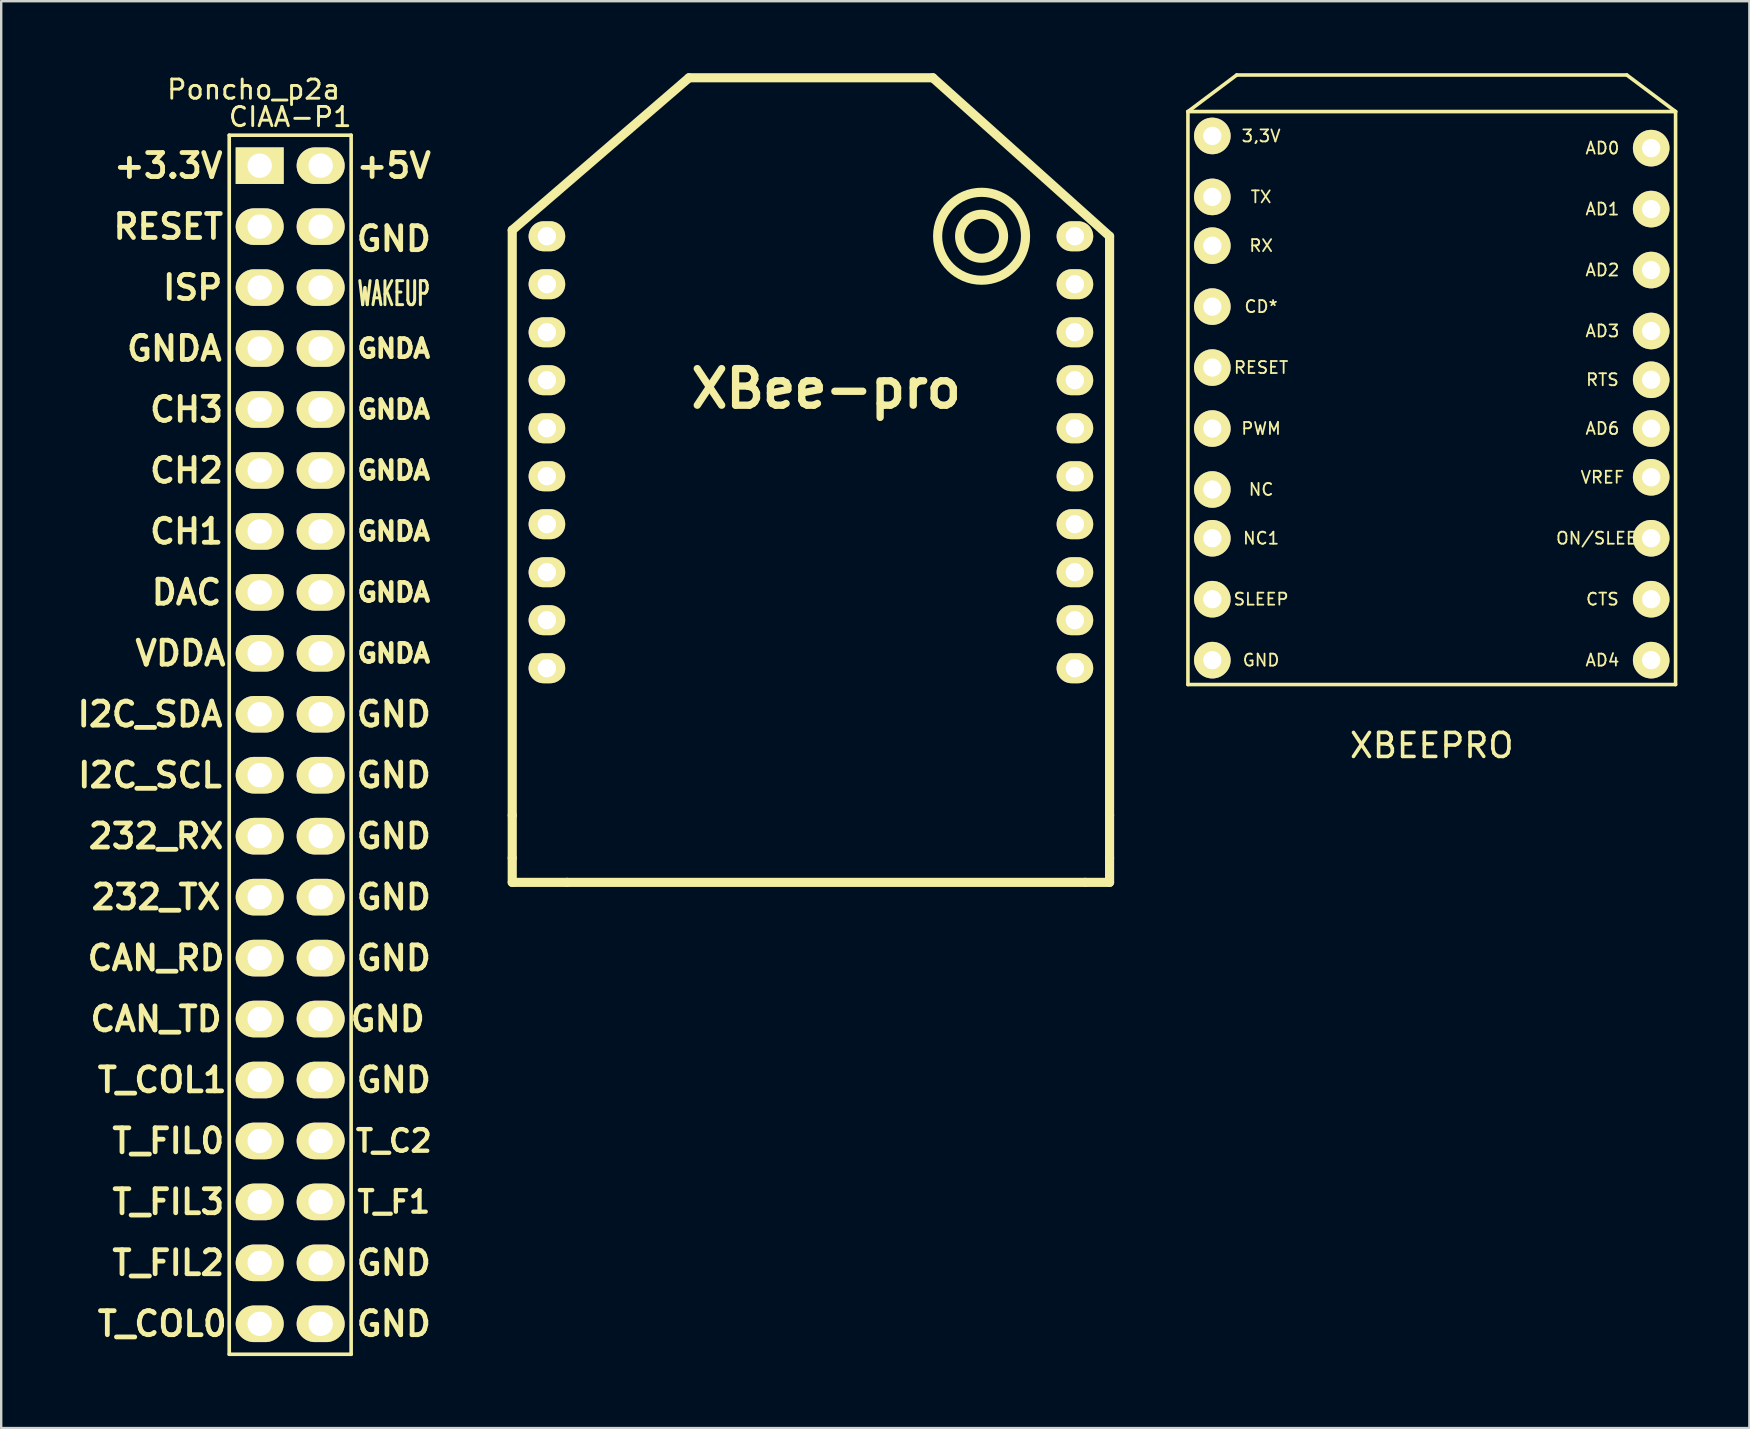
<source format=kicad_pcb>
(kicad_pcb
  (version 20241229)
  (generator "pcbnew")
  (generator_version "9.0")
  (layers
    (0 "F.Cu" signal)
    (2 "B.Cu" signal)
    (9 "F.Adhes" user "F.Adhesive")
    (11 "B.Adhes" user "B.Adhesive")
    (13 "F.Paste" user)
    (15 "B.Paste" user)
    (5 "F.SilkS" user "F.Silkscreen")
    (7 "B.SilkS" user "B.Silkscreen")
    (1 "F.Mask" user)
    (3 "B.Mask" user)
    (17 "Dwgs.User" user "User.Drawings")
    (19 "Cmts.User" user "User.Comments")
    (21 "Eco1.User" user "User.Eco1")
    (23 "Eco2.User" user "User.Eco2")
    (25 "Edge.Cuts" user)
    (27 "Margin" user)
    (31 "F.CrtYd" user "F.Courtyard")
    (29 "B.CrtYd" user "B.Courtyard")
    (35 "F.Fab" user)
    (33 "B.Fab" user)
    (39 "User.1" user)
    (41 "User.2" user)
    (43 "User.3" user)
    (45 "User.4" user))
  (footprint "Poncho_p2a"
    (layer "F.Cu")
    (at 7.772 3.854)
    (property "Reference" "Poncho_p2a" (at -0.254 -3.175 0) (layer "F.SilkS") (effects (font (size 0.8 0.8) (thickness 0.12))))
    (attr through_hole)
    (fp_line (start -1.27 49.53) (end -1.27 -1.27) (stroke (width 0.15) (type solid)) (layer "F.SilkS"))
    (fp_line (start 3.81 -1.27) (end -1.27 -1.27) (stroke (width 0.15) (type solid)) (layer "F.SilkS"))
    (fp_line (start 3.81 49.53) (end -1.27 49.53) (stroke (width 0.15) (type solid)) (layer "F.SilkS"))
    (fp_line (start 3.81 49.53) (end 3.81 -1.27) (stroke (width 0.15) (type solid)) (layer "F.SilkS"))
    (fp_text user "GND" (at 5.588 3.048 0) (layer "F.SilkS") (effects (font (size 1 1) (thickness 0.2))))
    (fp_text user "T_FIL3" (at -3.81 43.18 0) (layer "F.SilkS") (effects (font (size 1 1) (thickness 0.2))))
    (fp_text user "CH2" (at -3.048 12.7 0) (layer "F.SilkS") (effects (font (size 1 1) (thickness 0.2))))
    (fp_text user "GND" (at 5.588 38.1 0) (layer "F.SilkS") (effects (font (size 1 1) (thickness 0.2))))
    (fp_text user "GND" (at 5.588 22.86 0) (layer "F.SilkS") (effects (font (size 1 1) (thickness 0.2))))
    (fp_text user "WAKEUP" (at 5.588 5.334 0) (layer "F.SilkS") (effects (font (size 1 0.5) (thickness 0.125))))
    (fp_text user "GNDA" (at 5.588 20.32 0) (layer "F.SilkS") (effects (font (size 0.76 0.76) (thickness 0.19))))
    (fp_text user "T_C2" (at 5.588 40.64 0) (layer "F.SilkS") (effects (font (size 0.9 0.9) (thickness 0.18))))
    (fp_text user "CH3" (at -3.048 10.16 0) (layer "F.SilkS") (effects (font (size 1 1) (thickness 0.2))))
    (fp_text user "232_RX" (at -4.318 27.94 0) (layer "F.SilkS") (effects (font (size 1 1) (thickness 0.2))))
    (fp_text user "+5V" (at 5.588 0 0) (layer "F.SilkS") (effects (font (size 1 1) (thickness 0.2))))
    (fp_text user "CH1" (at -3.048 15.24 0) (layer "F.SilkS") (effects (font (size 1 1) (thickness 0.2))))
    (fp_text user "GND" (at 5.588 33.02 0) (layer "F.SilkS") (effects (font (size 1 1) (thickness 0.2))))
    (fp_text user "GND" (at 5.588 45.72 0) (layer "F.SilkS") (effects (font (size 1 1) (thickness 0.2))))
    (fp_text user "T_COL0" (at -4.064 48.26 0) (layer "F.SilkS") (effects (font (size 1 1) (thickness 0.2))))
    (fp_text user "CAN_RD" (at -4.318 33.02 0) (layer "F.SilkS") (effects (font (size 1 1) (thickness 0.2))))
    (fp_text user "DAC" (at -3.048 17.78 0) (layer "F.SilkS") (effects (font (size 1 1) (thickness 0.2))))
    (fp_text user "T_COL1" (at -4.064 38.1 0) (layer "F.SilkS") (effects (font (size 1 1) (thickness 0.2))))
    (fp_text user "RESET" (at -3.81 2.54 0) (layer "F.SilkS") (effects (font (size 1 1) (thickness 0.2))))
    (fp_text user "ISP" (at -2.794 5.08 0) (layer "F.SilkS") (effects (font (size 1 1) (thickness 0.2))))
    (fp_text user "T_FIL2" (at -3.81 45.72 0) (layer "F.SilkS") (effects (font (size 1 1) (thickness 0.2))))
    (fp_text user "GNDA" (at 5.588 17.78 0) (layer "F.SilkS") (effects (font (size 0.76 0.76) (thickness 0.19))))
    (fp_text user "GNDA" (at 5.588 15.24 0) (layer "F.SilkS") (effects (font (size 0.76 0.76) (thickness 0.19))))
    (fp_text user "T_FIL0" (at -3.81 40.64 0) (layer "F.SilkS") (effects (font (size 1 1) (thickness 0.2))))
    (fp_text user "GNDA" (at -3.556 7.62 0) (layer "F.SilkS") (effects (font (size 1 1) (thickness 0.2))))
    (fp_text user "CAN_TD" (at -4.318 35.56 0) (layer "F.SilkS") (effects (font (size 1 1) (thickness 0.2))))
    (fp_text user "GND" (at 5.588 25.4 0) (layer "F.SilkS") (effects (font (size 1 1) (thickness 0.2))))
    (fp_text user "232_TX" (at -4.318 30.48 0) (layer "F.SilkS") (effects (font (size 1 1) (thickness 0.2))))
    (fp_text user "GNDA" (at 5.588 10.16 0) (layer "F.SilkS") (effects (font (size 0.76 0.76) (thickness 0.19))))
    (fp_text user "CIAA-P1" (at 1.27 -2.032 0) (layer "F.SilkS") (effects (font (size 0.8 0.8) (thickness 0.12))))
    (fp_text user "I2C_SCL" (at -4.572 25.4 0) (layer "F.SilkS") (effects (font (size 1 1) (thickness 0.2))))
    (fp_text user "+3.3V" (at -3.81 0 0) (layer "F.SilkS") (effects (font (size 1 1) (thickness 0.2))))
    (fp_text user "GND" (at 5.588 30.48 0) (layer "F.SilkS") (effects (font (size 1 1) (thickness 0.2))))
    (fp_text user "T_F1" (at 5.588 43.18 0) (layer "F.SilkS") (effects (font (size 0.9 0.9) (thickness 0.18))))
    (fp_text user "GND" (at 5.334 35.56 0) (layer "F.SilkS") (effects (font (size 1 1) (thickness 0.2))))
    (fp_text user "GNDA" (at 5.588 12.7 0) (layer "F.SilkS") (effects (font (size 0.76 0.76) (thickness 0.19))))
    (fp_text user "GND" (at 5.588 48.26 0) (layer "F.SilkS") (effects (font (size 1 1) (thickness 0.2))))
    (fp_text user "GND" (at 5.588 27.94 0) (layer "F.SilkS") (effects (font (size 1 1) (thickness 0.2))))
    (fp_text user "GNDA" (at 5.588 7.62 0) (layer "F.SilkS") (effects (font (size 0.76 0.76) (thickness 0.19))))
    (fp_text user "VDDA" (at -3.302 20.32 0) (layer "F.SilkS") (effects (font (size 1 1) (thickness 0.2))))
    (fp_text user "I2C_SDA" (at -4.572 22.86 0) (layer "F.SilkS") (effects (font (size 1 1) (thickness 0.2))))
    (pad "1" thru_hole rect (at 0 0 270) (size 1.524 2) (drill 1.016) (layers "*.Cu" "*.Mask" "F.SilkS"))
    (pad "2" thru_hole oval (at 2.54 0 270) (size 1.524 2) (drill 1.016) (layers "*.Cu" "*.Mask" "F.SilkS"))
    (pad "3" thru_hole oval (at 0 2.54 270) (size 1.524 2) (drill 1.016) (layers "*.Cu" "*.Mask" "F.SilkS"))
    (pad "4" thru_hole oval (at 2.54 2.54 270) (size 1.524 2) (drill 1.016) (layers "*.Cu" "*.Mask" "F.SilkS"))
    (pad "5" thru_hole oval (at 0 5.08 270) (size 1.524 2) (drill 1.016) (layers "*.Cu" "*.Mask" "F.SilkS"))
    (pad "6" thru_hole oval (at 2.54 5.08 270) (size 1.524 2) (drill 1.016) (layers "*.Cu" "*.Mask" "F.SilkS"))
    (pad "7" thru_hole oval (at 0 7.62 270) (size 1.524 2) (drill 1.016) (layers "*.Cu" "*.Mask" "F.SilkS"))
    (pad "8" thru_hole oval (at 2.54 7.62 270) (size 1.524 2) (drill 1.016) (layers "*.Cu" "*.Mask" "F.SilkS"))
    (pad "9" thru_hole oval (at 0 10.16 270) (size 1.524 2) (drill 1.016) (layers "*.Cu" "*.Mask" "F.SilkS"))
    (pad "10" thru_hole oval (at 2.54 10.16 270) (size 1.524 2) (drill 1.016) (layers "*.Cu" "*.Mask" "F.SilkS"))
    (pad "11" thru_hole oval (at 0 12.7 270) (size 1.524 2) (drill 1.016) (layers "*.Cu" "*.Mask" "F.SilkS"))
    (pad "12" thru_hole oval (at 2.54 12.7 270) (size 1.524 2) (drill 1.016) (layers "*.Cu" "*.Mask" "F.SilkS"))
    (pad "13" thru_hole oval (at 0 15.24 270) (size 1.524 2) (drill 1.016) (layers "*.Cu" "*.Mask" "F.SilkS"))
    (pad "14" thru_hole oval (at 2.54 15.24 270) (size 1.524 2) (drill 1.016) (layers "*.Cu" "*.Mask" "F.SilkS"))
    (pad "15" thru_hole oval (at 0 17.78 270) (size 1.524 2) (drill 1.016) (layers "*.Cu" "*.Mask" "F.SilkS"))
    (pad "16" thru_hole oval (at 2.54 17.78 270) (size 1.524 2) (drill 1.016) (layers "*.Cu" "*.Mask" "F.SilkS"))
    (pad "17" thru_hole oval (at 0 20.32 270) (size 1.524 2) (drill 1.016) (layers "*.Cu" "*.Mask" "F.SilkS"))
    (pad "18" thru_hole oval (at 2.54 20.32 270) (size 1.524 2) (drill 1.016) (layers "*.Cu" "*.Mask" "F.SilkS"))
    (pad "19" thru_hole oval (at 0 22.86 270) (size 1.524 2) (drill 1.016) (layers "*.Cu" "*.Mask" "F.SilkS"))
    (pad "20" thru_hole oval (at 2.54 22.86 270) (size 1.524 2) (drill 1.016) (layers "*.Cu" "*.Mask" "F.SilkS"))
    (pad "21" thru_hole oval (at 0 25.4 270) (size 1.524 2) (drill 1.016) (layers "*.Cu" "*.Mask" "F.SilkS"))
    (pad "22" thru_hole oval (at 2.54 25.4 270) (size 1.524 2) (drill 1.016) (layers "*.Cu" "*.Mask" "F.SilkS"))
    (pad "23" thru_hole oval (at 0 27.94 270) (size 1.524 2) (drill 1.016) (layers "*.Cu" "*.Mask" "F.SilkS"))
    (pad "24" thru_hole oval (at 2.54 27.94 270) (size 1.524 2) (drill 1.016) (layers "*.Cu" "*.Mask" "F.SilkS"))
    (pad "25" thru_hole oval (at 0 30.48 270) (size 1.524 2) (drill 1.016) (layers "*.Cu" "*.Mask" "F.SilkS"))
    (pad "26" thru_hole oval (at 2.54 30.48 270) (size 1.524 2) (drill 1.016) (layers "*.Cu" "*.Mask" "F.SilkS"))
    (pad "27" thru_hole oval (at 0 33.02 270) (size 1.524 2) (drill 1.016) (layers "*.Cu" "*.Mask" "F.SilkS"))
    (pad "28" thru_hole oval (at 2.54 33.02 270) (size 1.524 2) (drill 1.016) (layers "*.Cu" "*.Mask" "F.SilkS"))
    (pad "29" thru_hole oval (at 0 35.56 270) (size 1.524 2) (drill 1.016) (layers "*.Cu" "*.Mask" "F.SilkS"))
    (pad "30" thru_hole oval (at 2.54 35.56 270) (size 1.524 2) (drill 1.016) (layers "*.Cu" "*.Mask" "F.SilkS"))
    (pad "31" thru_hole oval (at 0 38.1 270) (size 1.524 2) (drill 1.016) (layers "*.Cu" "*.Mask" "F.SilkS"))
    (pad "32" thru_hole oval (at 2.54 38.1 270) (size 1.524 2) (drill 1.016) (layers "*.Cu" "*.Mask" "F.SilkS"))
    (pad "33" thru_hole oval (at 0 40.64 270) (size 1.524 2) (drill 1.016) (layers "*.Cu" "*.Mask" "F.SilkS"))
    (pad "34" thru_hole oval (at 2.54 40.64 270) (size 1.524 2) (drill 1.016) (layers "*.Cu" "*.Mask" "F.SilkS"))
    (pad "35" thru_hole oval (at 0 43.18 270) (size 1.524 2) (drill 1.016) (layers "*.Cu" "*.Mask" "F.SilkS"))
    (pad "36" thru_hole oval (at 2.54 43.18 270) (size 1.524 2) (drill 1.016) (layers "*.Cu" "*.Mask" "F.SilkS"))
    (pad "37" thru_hole oval (at 0 45.72 270) (size 1.524 2) (drill 1.016) (layers "*.Cu" "*.Mask" "F.SilkS"))
    (pad "38" thru_hole oval (at 2.54 45.72 270) (size 1.524 2) (drill 1.016) (layers "*.Cu" "*.Mask" "F.SilkS"))
    (pad "39" thru_hole oval (at 0 48.26 270) (size 1.524 2) (drill 1.016) (layers "*.Cu" "*.Mask" "F.SilkS"))
    (pad "40" thru_hole oval (at 2.54 48.26 270) (size 1.524 2) (drill 1.016) (layers "*.Cu" "*.Mask" "F.SilkS")))
  (footprint "XBEEPRO"
    (layer "F.Cu")
    (at 56.612 13.791)
    (property "Reference" "XBEEPRO" (at 0 14.224 0) (layer "F.SilkS") (effects (font (size 1 1) (thickness 0.15))))
    (attr through_hole)
    (fp_line (start -10.16 -12.192) (end -10.16 11.684) (stroke (width 0.15) (type solid)) (layer "F.SilkS"))
    (fp_line (start -10.16 -12.192) (end -8.128 -13.716) (stroke (width 0.15) (type solid)) (layer "F.SilkS"))
    (fp_line (start -10.16 11.684) (end 10.16 11.684) (stroke (width 0.15) (type solid)) (layer "F.SilkS"))
    (fp_line (start -8.128 -13.716) (end 8.128 -13.716) (stroke (width 0.15) (type solid)) (layer "F.SilkS"))
    (fp_line (start 8.128 -13.716) (end 10.16 -12.192) (stroke (width 0.15) (type solid)) (layer "F.SilkS"))
    (fp_line (start 10.16 -12.192) (end -10.16 -12.192) (stroke (width 0.15) (type solid)) (layer "F.SilkS"))
    (fp_line (start 10.16 11.684) (end 10.16 -12.192) (stroke (width 0.15) (type solid)) (layer "F.SilkS"))
    (fp_text user "AD6" (at 7.112 1.016 0) (layer "F.SilkS") (effects (font (size 0.5 0.5) (thickness 0.075))))
    (fp_text user "RX" (at -7.112 -6.604 0) (layer "F.SilkS") (effects (font (size 0.5 0.5) (thickness 0.075))))
    (fp_text user "TX" (at -7.112 -8.636 0) (layer "F.SilkS") (effects (font (size 0.5 0.5) (thickness 0.075))))
    (fp_text user "VREF" (at 7.112 3.048 0) (layer "F.SilkS") (effects (font (size 0.5 0.5) (thickness 0.075))))
    (fp_text user "RTS" (at 7.112 -1.016 0) (layer "F.SilkS") (effects (font (size 0.5 0.5) (thickness 0.075))))
    (fp_text user "AD2" (at 7.112 -5.588 0) (layer "F.SilkS") (effects (font (size 0.5 0.5) (thickness 0.075))))
    (fp_text user "3,3V" (at -7.112 -11.176 0) (layer "F.SilkS") (effects (font (size 0.5 0.5) (thickness 0.075))))
    (fp_text user "CD*" (at -7.112 -4.064 0) (layer "F.SilkS") (effects (font (size 0.5 0.5) (thickness 0.075))))
    (fp_text user "PWM" (at -7.112 1.016 0) (layer "F.SilkS") (effects (font (size 0.5 0.5) (thickness 0.075))))
    (fp_text user "CTS" (at 7.112 8.128 0) (layer "F.SilkS") (effects (font (size 0.5 0.5) (thickness 0.075))))
    (fp_text user "ON/SLEEP" (at 7.112 5.588 0) (layer "F.SilkS") (effects (font (size 0.5 0.5) (thickness 0.075))))
    (fp_text user "AD1" (at 7.112 -8.128 0) (layer "F.SilkS") (effects (font (size 0.5 0.5) (thickness 0.075))))
    (fp_text user "AD3" (at 7.112 -3.048 0) (layer "F.SilkS") (effects (font (size 0.5 0.5) (thickness 0.075))))
    (fp_text user "AD0" (at 7.112 -10.668 0) (layer "F.SilkS") (effects (font (size 0.5 0.5) (thickness 0.075))))
    (fp_text user "NC" (at -7.112 3.556 0) (layer "F.SilkS") (effects (font (size 0.5 0.5) (thickness 0.075))))
    (fp_text user "RESET" (at -7.112 -1.524 0) (layer "F.SilkS") (effects (font (size 0.5 0.5) (thickness 0.075))))
    (fp_text user "GND" (at -7.112 10.668 0) (layer "F.SilkS") (effects (font (size 0.5 0.5) (thickness 0.075))))
    (fp_text user "AD4" (at 7.112 10.668 0) (layer "F.SilkS") (effects (font (size 0.5 0.5) (thickness 0.075))))
    (fp_text user "NC1" (at -7.112 5.588 0) (layer "F.SilkS") (effects (font (size 0.5 0.5) (thickness 0.075))))
    (fp_text user "SLEEP" (at -7.112 8.128 0) (layer "F.SilkS") (effects (font (size 0.5 0.5) (thickness 0.075))))
    (pad "1" thru_hole circle (at -9.144 -11.176) (size 1.524 1.524) (drill 0.762) (layers "*.Cu" "*.Mask" "F.SilkS"))
    (pad "2" thru_hole circle (at -9.144 -8.636) (size 1.524 1.524) (drill 0.762) (layers "*.Cu" "*.Mask" "F.SilkS"))
    (pad "3" thru_hole circle (at -9.144 -6.604) (size 1.524 1.524) (drill 0.762) (layers "*.Cu" "*.Mask" "F.SilkS"))
    (pad "4" thru_hole circle (at -9.144 -4.064) (size 1.524 1.524) (drill 0.762) (layers "*.Cu" "*.Mask" "F.SilkS"))
    (pad "5" thru_hole circle (at -9.144 -1.524) (size 1.524 1.524) (drill 0.762) (layers "*.Cu" "*.Mask" "F.SilkS"))
    (pad "6" thru_hole circle (at -9.144 1.016) (size 1.524 1.524) (drill 0.762) (layers "*.Cu" "*.Mask" "F.SilkS"))
    (pad "7" thru_hole circle (at -9.144 3.556) (size 1.524 1.524) (drill 0.762) (layers "*.Cu" "*.Mask" "F.SilkS"))
    (pad "8" thru_hole circle (at -9.144 5.588) (size 1.524 1.524) (drill 0.762) (layers "*.Cu" "*.Mask" "F.SilkS"))
    (pad "9" thru_hole circle (at -9.144 8.128) (size 1.524 1.524) (drill 0.762) (layers "*.Cu" "*.Mask" "F.SilkS"))
    (pad "10" thru_hole circle (at -9.144 10.668) (size 1.524 1.524) (drill 0.762) (layers "*.Cu" "*.Mask" "F.SilkS"))
    (pad "11" thru_hole circle (at 9.144 10.668) (size 1.524 1.524) (drill 0.762) (layers "*.Cu" "*.Mask" "F.SilkS"))
    (pad "12" thru_hole circle (at 9.144 8.128) (size 1.524 1.524) (drill 0.762) (layers "*.Cu" "*.Mask" "F.SilkS"))
    (pad "13" thru_hole circle (at 9.144 5.588) (size 1.524 1.524) (drill 0.762) (layers "*.Cu" "*.Mask" "F.SilkS"))
    (pad "14" thru_hole circle (at 9.144 3.048) (size 1.524 1.524) (drill 0.762) (layers "*.Cu" "*.Mask" "F.SilkS"))
    (pad "15" thru_hole circle (at 9.144 1.016) (size 1.524 1.524) (drill 0.762) (layers "*.Cu" "*.Mask" "F.SilkS"))
    (pad "16" thru_hole circle (at 9.144 -1.016) (size 1.524 1.524) (drill 0.762) (layers "*.Cu" "*.Mask" "F.SilkS"))
    (pad "17" thru_hole circle (at 9.144 -3.048) (size 1.524 1.524) (drill 0.762) (layers "*.Cu" "*.Mask" "F.SilkS"))
    (pad "18" thru_hole circle (at 9.144 -5.588) (size 1.524 1.524) (drill 0.762) (layers "*.Cu" "*.Mask" "F.SilkS"))
    (pad "19" thru_hole circle (at 9.144 -8.128) (size 1.524 1.524) (drill 0.762) (layers "*.Cu" "*.Mask" "F.SilkS"))
    (pad "20" thru_hole circle (at 9.144 -10.668) (size 1.524 1.524) (drill 0.762) (layers "*.Cu" "*.Mask" "F.SilkS")))
  (footprint "XBee-pro"
    (layer "F.Cu")
    (at 30.741 6.795)
    (property "Reference" "XBee-pro" (at 0.635 6.35 0) (layer "F.SilkS") (effects (font (size 1.524 1.524) (thickness 0.305))))
    (attr through_hole)
    (fp_line (start -12.446 -0.254) (end -5.08 -6.604) (stroke (width 0.381) (type solid)) (layer "F.SilkS"))
    (fp_line (start -12.446 24.13) (end -12.446 -0.254) (stroke (width 0.381) (type solid)) (layer "F.SilkS"))
    (fp_line (start -12.446 24.13) (end -12.446 25.908) (stroke (width 0.381) (type solid)) (layer "F.SilkS"))
    (fp_line (start -12.446 25.908) (end -12.446 26.924) (stroke (width 0.381) (type solid)) (layer "F.SilkS"))
    (fp_line (start -10.16 26.924) (end -12.446 26.924) (stroke (width 0.381) (type solid)) (layer "F.SilkS"))
    (fp_line (start -10.16 26.924) (end 11.43 26.924) (stroke (width 0.381) (type solid)) (layer "F.SilkS"))
    (fp_line (start -5.08 -6.604) (end 5.08 -6.604) (stroke (width 0.381) (type solid)) (layer "F.SilkS"))
    (fp_line (start 5.08 -6.604) (end 12.446 0) (stroke (width 0.381) (type solid)) (layer "F.SilkS"))
    (fp_line (start 11.43 26.924) (end 12.446 26.924) (stroke (width 0.381) (type solid)) (layer "F.SilkS"))
    (fp_line (start 12.446 0) (end 12.446 24.13) (stroke (width 0.381) (type solid)) (layer "F.SilkS"))
    (fp_line (start 12.446 24.13) (end 12.446 25.908) (stroke (width 0.381) (type solid)) (layer "F.SilkS"))
    (fp_line (start 12.446 25.908) (end 12.446 26.924) (stroke (width 0.381) (type solid)) (layer "F.SilkS"))
    (fp_circle (center 7.112 0) (end 7.874 0.508) (stroke (width 0.381) (type solid)) (fill no) (layer "F.SilkS"))
    (fp_circle (center 7.112 0) (end 8.636 1.016) (stroke (width 0.381) (type solid)) (fill no) (layer "F.SilkS"))
    (pad "1" thru_hole oval (at -11.001 0) (size 1.524 1.25) (drill 0.762) (layers "*.Cu" "*.Mask" "F.SilkS"))
    (pad "2" thru_hole oval (at -11.001 1.999) (size 1.524 1.25) (drill 0.762) (layers "*.Cu" "*.Mask" "F.SilkS"))
    (pad "3" thru_hole oval (at -11.001 4) (size 1.524 1.25) (drill 0.762) (layers "*.Cu" "*.Mask" "F.SilkS"))
    (pad "4" thru_hole oval (at -11.001 5.999) (size 1.524 1.25) (drill 0.762) (layers "*.Cu" "*.Mask" "F.SilkS"))
    (pad "5" thru_hole oval (at -11.001 8.001) (size 1.524 1.25) (drill 0.762) (layers "*.Cu" "*.Mask" "F.SilkS"))
    (pad "6" thru_hole oval (at -11.001 10) (size 1.524 1.25) (drill 0.762) (layers "*.Cu" "*.Mask" "F.SilkS"))
    (pad "7" thru_hole oval (at -11.001 11.999) (size 1.524 1.25) (drill 0.762) (layers "*.Cu" "*.Mask" "F.SilkS"))
    (pad "8" thru_hole oval (at -11.001 14) (size 1.524 1.25) (drill 0.762) (layers "*.Cu" "*.Mask" "F.SilkS"))
    (pad "9" thru_hole oval (at -11.001 15.999) (size 1.524 1.25) (drill 0.762) (layers "*.Cu" "*.Mask" "F.SilkS"))
    (pad "10" thru_hole oval (at -11.001 18.001) (size 1.524 1.25) (drill 0.762) (layers "*.Cu" "*.Mask" "F.SilkS"))
    (pad "11" thru_hole oval (at 11.001 18.001) (size 1.524 1.25) (drill 0.762) (layers "*.Cu" "*.Mask" "F.SilkS"))
    (pad "12" thru_hole oval (at 11.001 15.999) (size 1.524 1.25) (drill 0.762) (layers "*.Cu" "*.Mask" "F.SilkS"))
    (pad "13" thru_hole oval (at 11.001 14) (size 1.524 1.25) (drill 0.762) (layers "*.Cu" "*.Mask" "F.SilkS"))
    (pad "14" thru_hole oval (at 11.001 11.999) (size 1.524 1.25) (drill 0.762) (layers "*.Cu" "*.Mask" "F.SilkS"))
    (pad "15" thru_hole oval (at 11.001 10) (size 1.524 1.25) (drill 0.762) (layers "*.Cu" "*.Mask" "F.SilkS"))
    (pad "16" thru_hole oval (at 11.001 8.001) (size 1.524 1.25) (drill 0.762) (layers "*.Cu" "*.Mask" "F.SilkS"))
    (pad "17" thru_hole oval (at 11.001 5.999) (size 1.524 1.25) (drill 0.762) (layers "*.Cu" "*.Mask" "F.SilkS"))
    (pad "18" thru_hole oval (at 11.001 4) (size 1.524 1.25) (drill 0.762) (layers "*.Cu" "*.Mask" "F.SilkS"))
    (pad "19" thru_hole oval (at 11.001 1.999) (size 1.524 1.25) (drill 0.762) (layers "*.Cu" "*.Mask" "F.SilkS"))
    (pad "20" thru_hole oval (at 11.001 0) (size 1.524 1.25) (drill 0.762) (layers "*.Cu" "*.Mask" "F.SilkS")))
  (gr_rect
    (start -3 -3)
    (end 69.847 56.459)
    (stroke (width 0.1) (type default))
    (fill no)
    (layer "Edge.Cuts")))
</source>
